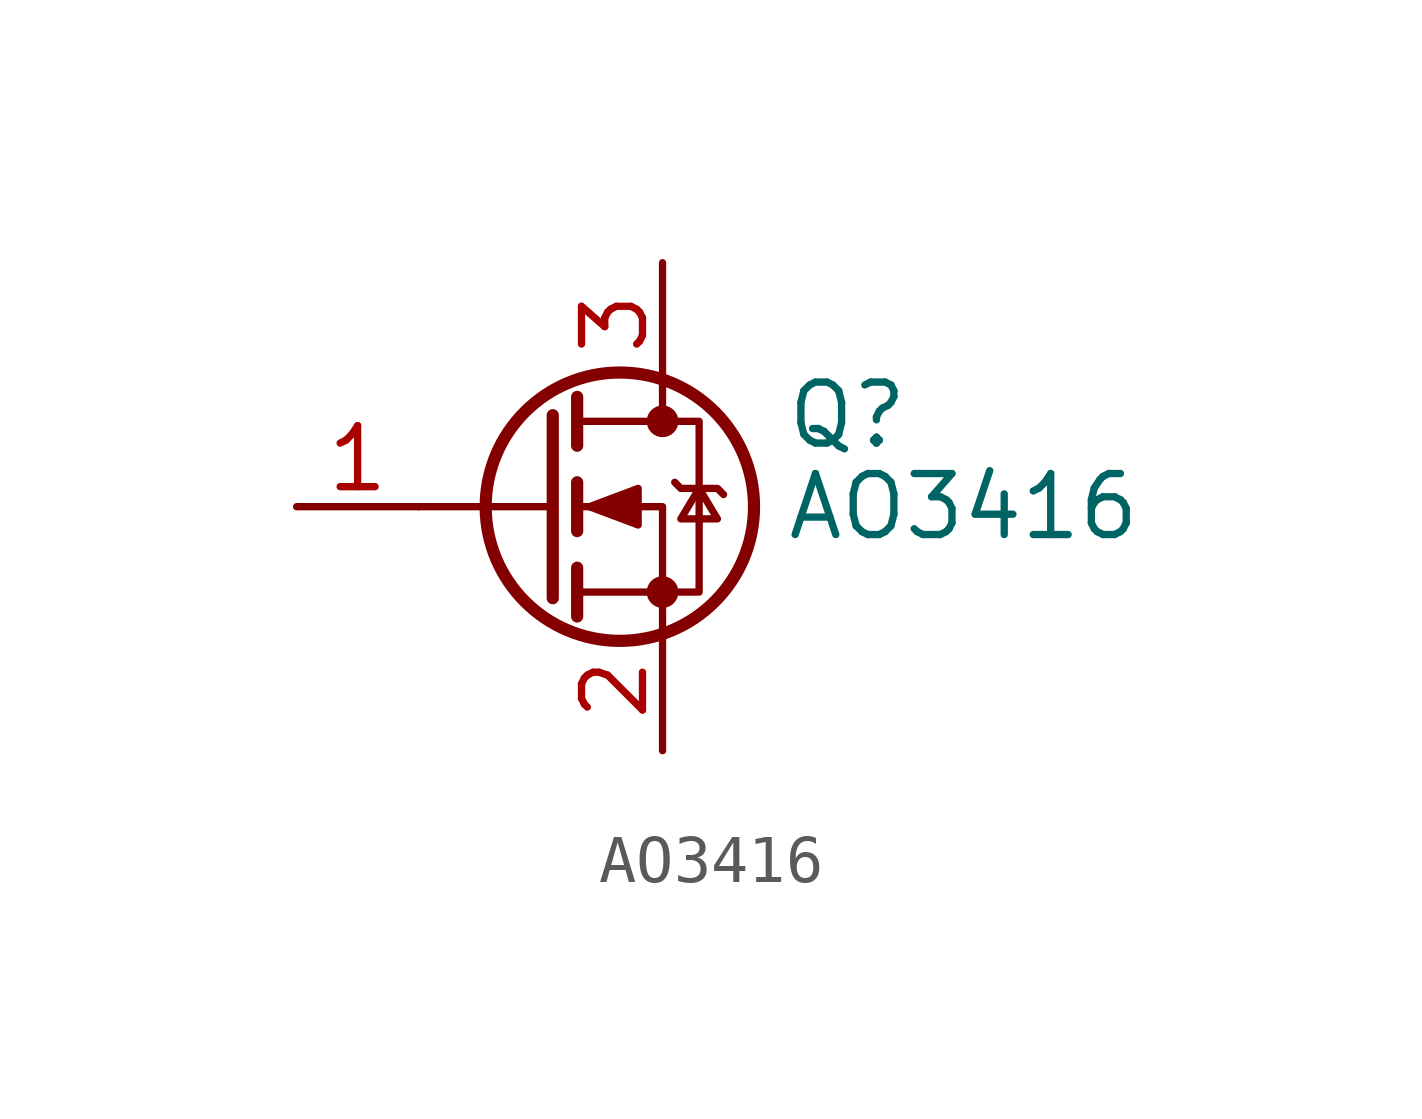
<source format=kicad_sym>
(kicad_symbol_lib
  (version 20220914)
  (generator kicad_symbol_editor)
  (symbol "AO3416"
    (pin_names hide)
    (property "Reference" "Q"
      (at 5.08 1.905 0)
      (effects (font (size 1.27 1.27)) (justify left)))
    (property "Value" "AO3416"
      (at 5.08 0 0)
      (effects (font (size 1.27 1.27)) (justify left)))
    (symbol "AO3416_0_1"
      (polyline (pts (xy 0.254 0) (xy -2.54 0)) (stroke (width 0) (type default)) (fill (type none)))
      (polyline (pts (xy 0.254 1.905) (xy 0.254 -1.905)) (stroke (width 0.254) (type default)) (fill (type none)))
      (polyline (pts (xy 0.762 -1.27) (xy 0.762 -2.286)) (stroke (width 0.254) (type default)) (fill (type none)))
      (polyline (pts (xy 0.762 0.508) (xy 0.762 -0.508)) (stroke (width 0.254) (type default)) (fill (type none)))
      (polyline (pts (xy 0.762 2.286) (xy 0.762 1.27)) (stroke (width 0.254) (type default)) (fill (type none)))
      (polyline (pts (xy 2.54 2.54) (xy 2.54 1.778)) (stroke (width 0) (type default)) (fill (type none)))
      (polyline (pts (xy 2.54 -2.54) (xy 2.54 0) (xy 0.762 0)) (stroke (width 0) (type default)) (fill (type none)))
      (polyline (pts (xy 0.762 -1.778) (xy 3.302 -1.778) (xy 3.302 1.778) (xy 0.762 1.778)) (stroke (width 0) (type default)) (fill (type none)))
      (polyline (pts (xy 1.016 0) (xy 2.032 0.381) (xy 2.032 -0.381) (xy 1.016 0)) (stroke (width 0) (type default)) (fill (type outline)))
      (polyline (pts (xy 2.794 0.508) (xy 2.921 0.381) (xy 3.683 0.381) (xy 3.81 0.254)) (stroke (width 0) (type default)) (fill (type none)))
      (polyline (pts (xy 3.302 0.381) (xy 2.921 -0.254) (xy 3.683 -0.254) (xy 3.302 0.381)) (stroke (width 0) (type default)) (fill (type none)))
      (circle (center 1.651 0) (radius 2.794) (stroke (width 0.254) (type default)) (fill (type none)))
      (circle (center 2.54 -1.778) (radius 0.254) (stroke (width 0) (type default)) (fill (type outline)))
      (circle (center 2.54 1.778) (radius 0.254) (stroke (width 0) (type default)) (fill (type outline))))
    (symbol "AO3416_1_1"
      (pin input line (at -5.08 0 0) (length 2.54) (name "G" (effects (font (size 1.27 1.27)))) (number "1" (effects (font (size 1.27 1.27)))))
      (pin passive line (at 2.54 -5.08 90) (length 2.54) (name "S" (effects (font (size 1.27 1.27)))) (number "2" (effects (font (size 1.27 1.27)))))
      (pin passive line (at 2.54 5.08 270) (length 2.54) (name "D" (effects (font (size 1.27 1.27)))) (number "3" (effects (font (size 1.27 1.27))))))))
</source>
